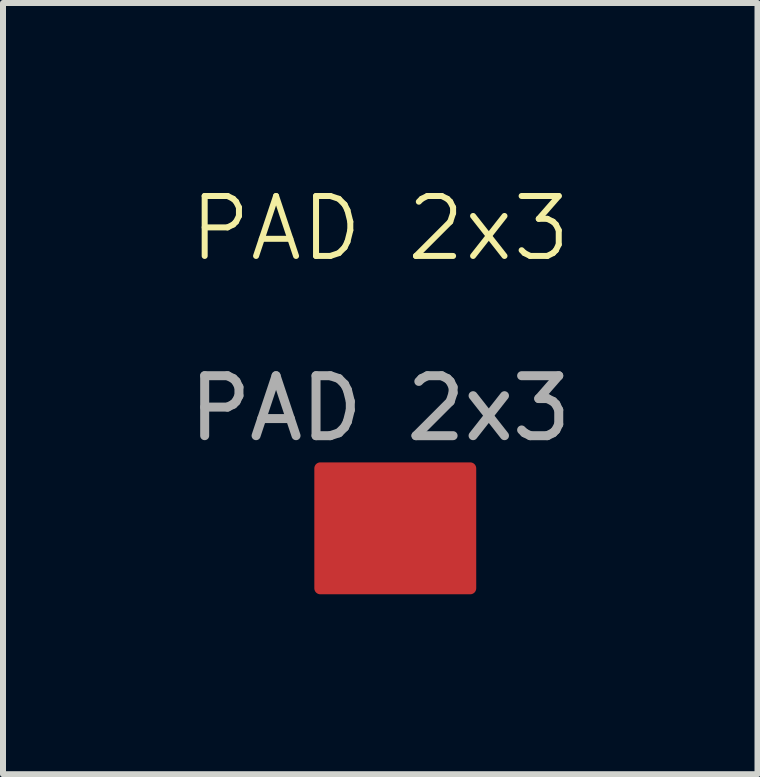
<source format=kicad_pcb>
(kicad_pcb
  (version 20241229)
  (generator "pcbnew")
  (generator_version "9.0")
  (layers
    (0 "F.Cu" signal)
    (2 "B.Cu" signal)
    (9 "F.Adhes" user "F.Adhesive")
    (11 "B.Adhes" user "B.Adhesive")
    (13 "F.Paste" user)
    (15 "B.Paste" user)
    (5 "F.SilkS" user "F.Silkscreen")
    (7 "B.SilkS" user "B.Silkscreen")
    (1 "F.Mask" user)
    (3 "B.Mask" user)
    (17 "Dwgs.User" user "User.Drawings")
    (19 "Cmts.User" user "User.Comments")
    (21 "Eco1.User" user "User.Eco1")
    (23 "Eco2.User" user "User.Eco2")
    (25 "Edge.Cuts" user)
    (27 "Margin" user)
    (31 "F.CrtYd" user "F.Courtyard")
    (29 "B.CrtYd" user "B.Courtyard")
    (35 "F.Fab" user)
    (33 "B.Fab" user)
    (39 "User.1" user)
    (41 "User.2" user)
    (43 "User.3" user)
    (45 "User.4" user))
  (footprint "PAD 2x3"
    (layer "F.Cu")
    (at 3.292 5.761)
    (property "Reference" "PAD 2x3" (at 0 -5 0) (unlocked yes) (layer "F.SilkS") (effects (font (size 1 1) (thickness 0.1))))
    (attr smd)
    (fp_rect (start -1 -1) (end 1.5 1) (stroke (width 0.2) (type solid)) (fill yes) (layer "F.Cu"))
    (fp_text user "${REFERENCE}" (at 0 -2 0) (unlocked yes) (layer "F.Fab") (effects (font (size 1 1) (thickness 0.15)))))
  (gr_rect
    (start -3 -3)
    (end 9.583 9.861)
    (stroke (width 0.1) (type default))
    (fill no)
    (layer "Edge.Cuts")))
</source>
